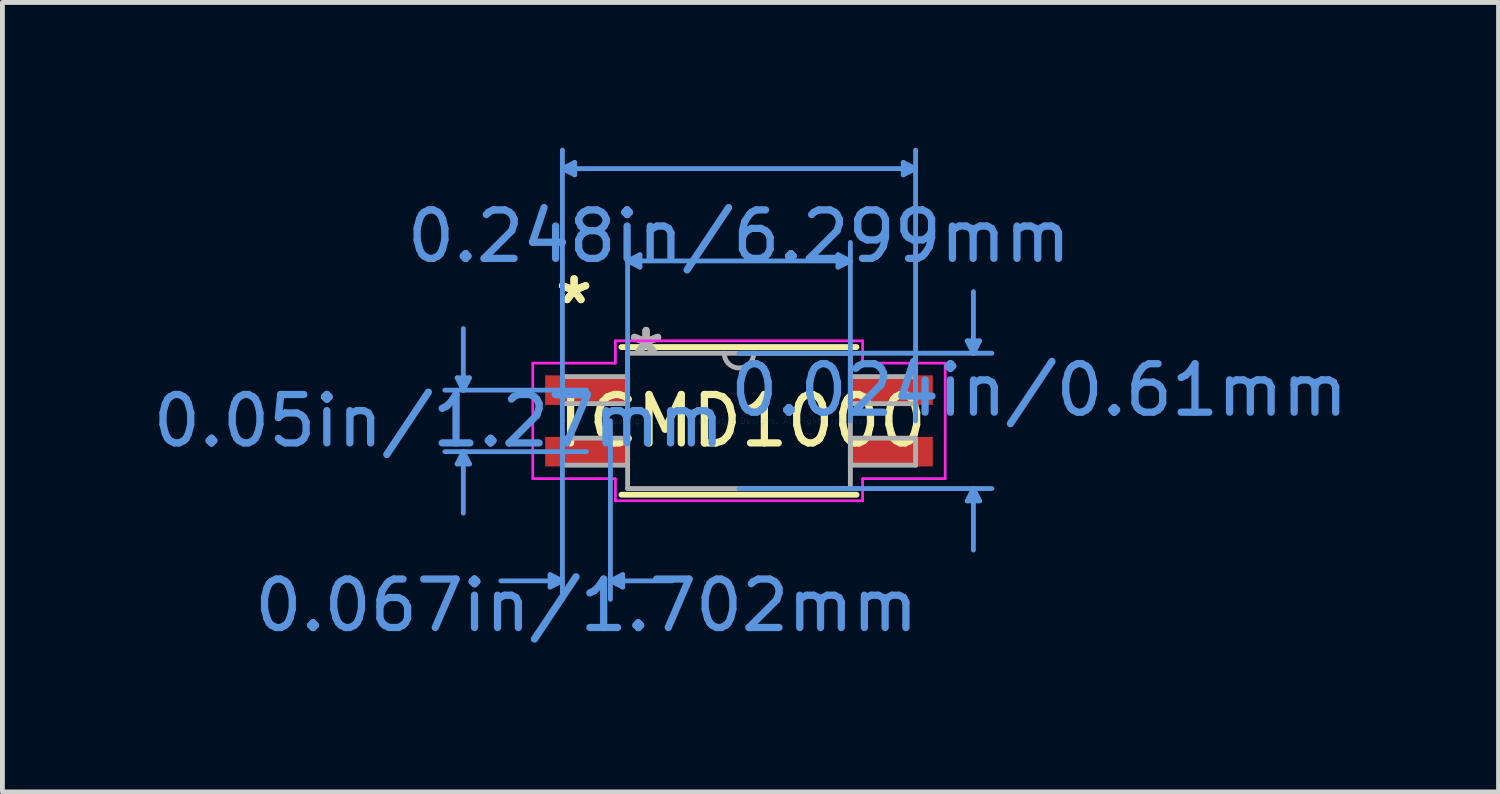
<source format=kicad_pcb>
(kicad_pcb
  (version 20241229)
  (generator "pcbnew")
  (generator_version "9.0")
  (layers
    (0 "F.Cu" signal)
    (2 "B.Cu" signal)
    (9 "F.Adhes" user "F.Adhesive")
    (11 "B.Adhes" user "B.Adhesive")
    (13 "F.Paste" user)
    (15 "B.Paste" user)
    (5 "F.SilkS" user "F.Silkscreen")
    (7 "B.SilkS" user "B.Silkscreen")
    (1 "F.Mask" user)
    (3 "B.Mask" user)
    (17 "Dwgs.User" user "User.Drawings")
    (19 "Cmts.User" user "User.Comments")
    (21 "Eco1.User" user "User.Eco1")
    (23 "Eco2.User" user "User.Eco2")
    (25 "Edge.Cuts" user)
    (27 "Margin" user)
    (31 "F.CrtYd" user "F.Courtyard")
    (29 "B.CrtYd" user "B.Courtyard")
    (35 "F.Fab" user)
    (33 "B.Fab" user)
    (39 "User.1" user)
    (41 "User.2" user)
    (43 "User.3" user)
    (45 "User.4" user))
  (footprint "TCMD1000"
    (layer "F.Cu")
    (at 12.204 5.638)
    (property "Reference" "TCMD1000" (at 0 0 0) (layer "F.SilkS") (effects (font (size 1 1) (thickness 0.15))))
    (attr through_hole)
    (fp_line (start -2.426 1.524) (end 2.426 1.524) (stroke (width 0.12) (type solid)) (layer "F.SilkS"))
    (fp_line (start 2.426 -1.524) (end -2.426 -1.524) (stroke (width 0.12) (type solid)) (layer "F.SilkS"))
    (fp_line (start -5.817 -0.889) (end -5.563 -0.889) (stroke (width 0.1) (type solid)) (layer "Cmts.User"))
    (fp_line (start -5.817 0.889) (end -5.563 0.889) (stroke (width 0.1) (type solid)) (layer "Cmts.User"))
    (fp_line (start -5.69 -0.635) (end -5.817 -0.889) (stroke (width 0.1) (type solid)) (layer "Cmts.User"))
    (fp_line (start -5.69 -0.635) (end -5.69 -1.905) (stroke (width 0.1) (type solid)) (layer "Cmts.User"))
    (fp_line (start -5.69 -0.635) (end -5.563 -0.889) (stroke (width 0.1) (type solid)) (layer "Cmts.User"))
    (fp_line (start -5.69 0.635) (end -5.817 0.889) (stroke (width 0.1) (type solid)) (layer "Cmts.User"))
    (fp_line (start -5.69 0.635) (end -5.69 1.905) (stroke (width 0.1) (type solid)) (layer "Cmts.User"))
    (fp_line (start -5.69 0.635) (end -5.563 0.889) (stroke (width 0.1) (type solid)) (layer "Cmts.User"))
    (fp_line (start -3.899 3.175) (end -3.899 3.429) (stroke (width 0.1) (type solid)) (layer "Cmts.User"))
    (fp_line (start -3.645 -5.207) (end -3.391 -5.334) (stroke (width 0.1) (type solid)) (layer "Cmts.User"))
    (fp_line (start -3.645 -5.207) (end -3.391 -5.08) (stroke (width 0.1) (type solid)) (layer "Cmts.User"))
    (fp_line (start -3.645 -5.207) (end 3.645 -5.207) (stroke (width 0.1) (type solid)) (layer "Cmts.User"))
    (fp_line (start -3.645 0) (end -3.645 -5.588) (stroke (width 0.1) (type solid)) (layer "Cmts.User"))
    (fp_line (start -3.645 0) (end -3.645 3.683) (stroke (width 0.1) (type solid)) (layer "Cmts.User"))
    (fp_line (start -3.645 3.302) (end -4.915 3.302) (stroke (width 0.1) (type solid)) (layer "Cmts.User"))
    (fp_line (start -3.645 3.302) (end -3.899 3.175) (stroke (width 0.1) (type solid)) (layer "Cmts.User"))
    (fp_line (start -3.645 3.302) (end -3.899 3.429) (stroke (width 0.1) (type solid)) (layer "Cmts.User"))
    (fp_line (start -3.391 -5.334) (end -3.391 -5.08) (stroke (width 0.1) (type solid)) (layer "Cmts.User"))
    (fp_line (start -3.15 -0.635) (end -6.071 -0.635) (stroke (width 0.1) (type solid)) (layer "Cmts.User"))
    (fp_line (start -3.15 0.635) (end -6.071 0.635) (stroke (width 0.1) (type solid)) (layer "Cmts.User"))
    (fp_line (start -2.654 0) (end -2.654 3.683) (stroke (width 0.1) (type solid)) (layer "Cmts.User"))
    (fp_line (start -2.654 3.302) (end -2.4 3.175) (stroke (width 0.1) (type solid)) (layer "Cmts.User"))
    (fp_line (start -2.654 3.302) (end -2.4 3.429) (stroke (width 0.1) (type solid)) (layer "Cmts.User"))
    (fp_line (start -2.654 3.302) (end -1.384 3.302) (stroke (width 0.1) (type solid)) (layer "Cmts.User"))
    (fp_line (start -2.4 3.175) (end -2.4 3.429) (stroke (width 0.1) (type solid)) (layer "Cmts.User"))
    (fp_line (start -2.299 -3.302) (end -2.045 -3.429) (stroke (width 0.1) (type solid)) (layer "Cmts.User"))
    (fp_line (start -2.299 -3.302) (end -2.045 -3.175) (stroke (width 0.1) (type solid)) (layer "Cmts.User"))
    (fp_line (start -2.299 -3.302) (end 2.299 -3.302) (stroke (width 0.1) (type solid)) (layer "Cmts.User"))
    (fp_line (start -2.299 0) (end -2.299 -3.683) (stroke (width 0.1) (type solid)) (layer "Cmts.User"))
    (fp_line (start -2.045 -3.429) (end -2.045 -3.175) (stroke (width 0.1) (type solid)) (layer "Cmts.User"))
    (fp_line (start 0 -1.397) (end 5.22 -1.397) (stroke (width 0.1) (type solid)) (layer "Cmts.User"))
    (fp_line (start 0 1.397) (end 5.22 1.397) (stroke (width 0.1) (type solid)) (layer "Cmts.User"))
    (fp_line (start 2.045 -3.429) (end 2.045 -3.175) (stroke (width 0.1) (type solid)) (layer "Cmts.User"))
    (fp_line (start 2.299 -3.302) (end 2.045 -3.429) (stroke (width 0.1) (type solid)) (layer "Cmts.User"))
    (fp_line (start 2.299 -3.302) (end 2.045 -3.175) (stroke (width 0.1) (type solid)) (layer "Cmts.User"))
    (fp_line (start 2.299 0) (end 2.299 -3.683) (stroke (width 0.1) (type solid)) (layer "Cmts.User"))
    (fp_line (start 3.391 -5.334) (end 3.391 -5.08) (stroke (width 0.1) (type solid)) (layer "Cmts.User"))
    (fp_line (start 3.645 -5.207) (end 3.391 -5.334) (stroke (width 0.1) (type solid)) (layer "Cmts.User"))
    (fp_line (start 3.645 -5.207) (end 3.391 -5.08) (stroke (width 0.1) (type solid)) (layer "Cmts.User"))
    (fp_line (start 3.645 0) (end 3.645 -5.588) (stroke (width 0.1) (type solid)) (layer "Cmts.User"))
    (fp_line (start 4.712 -1.651) (end 4.966 -1.651) (stroke (width 0.1) (type solid)) (layer "Cmts.User"))
    (fp_line (start 4.712 1.651) (end 4.966 1.651) (stroke (width 0.1) (type solid)) (layer "Cmts.User"))
    (fp_line (start 4.839 -1.397) (end 4.712 -1.651) (stroke (width 0.1) (type solid)) (layer "Cmts.User"))
    (fp_line (start 4.839 -1.397) (end 4.839 -2.667) (stroke (width 0.1) (type solid)) (layer "Cmts.User"))
    (fp_line (start 4.839 -1.397) (end 4.966 -1.651) (stroke (width 0.1) (type solid)) (layer "Cmts.User"))
    (fp_line (start 4.839 1.397) (end 4.712 1.651) (stroke (width 0.1) (type solid)) (layer "Cmts.User"))
    (fp_line (start 4.839 1.397) (end 4.839 2.667) (stroke (width 0.1) (type solid)) (layer "Cmts.User"))
    (fp_line (start 4.839 1.397) (end 4.966 1.651) (stroke (width 0.1) (type solid)) (layer "Cmts.User"))
    (fp_line (start -4.255 -1.194) (end -2.553 -1.194) (stroke (width 0.05) (type solid)) (layer "F.CrtYd"))
    (fp_line (start -4.255 -1.194) (end -2.553 -1.194) (stroke (width 0.05) (type solid)) (layer "F.CrtYd"))
    (fp_line (start -4.255 1.194) (end -4.255 -1.194) (stroke (width 0.05) (type solid)) (layer "F.CrtYd"))
    (fp_line (start -4.255 1.194) (end -4.255 -1.194) (stroke (width 0.05) (type solid)) (layer "F.CrtYd"))
    (fp_line (start -4.255 1.194) (end -2.553 1.194) (stroke (width 0.05) (type solid)) (layer "F.CrtYd"))
    (fp_line (start -2.553 -1.651) (end 2.553 -1.651) (stroke (width 0.05) (type solid)) (layer "F.CrtYd"))
    (fp_line (start -2.553 -1.651) (end 2.553 -1.651) (stroke (width 0.05) (type solid)) (layer "F.CrtYd"))
    (fp_line (start -2.553 -1.194) (end -2.553 -1.651) (stroke (width 0.05) (type solid)) (layer "F.CrtYd"))
    (fp_line (start -2.553 -1.194) (end -2.553 -1.651) (stroke (width 0.05) (type solid)) (layer "F.CrtYd"))
    (fp_line (start -2.553 1.194) (end -4.255 1.194) (stroke (width 0.05) (type solid)) (layer "F.CrtYd"))
    (fp_line (start -2.553 1.651) (end -2.553 1.194) (stroke (width 0.05) (type solid)) (layer "F.CrtYd"))
    (fp_line (start -2.553 1.651) (end -2.553 1.194) (stroke (width 0.05) (type solid)) (layer "F.CrtYd"))
    (fp_line (start 2.553 -1.651) (end 2.553 -1.194) (stroke (width 0.05) (type solid)) (layer "F.CrtYd"))
    (fp_line (start 2.553 -1.651) (end 2.553 -1.194) (stroke (width 0.05) (type solid)) (layer "F.CrtYd"))
    (fp_line (start 2.553 -1.194) (end 4.255 -1.194) (stroke (width 0.05) (type solid)) (layer "F.CrtYd"))
    (fp_line (start 2.553 1.194) (end 2.553 1.651) (stroke (width 0.05) (type solid)) (layer "F.CrtYd"))
    (fp_line (start 2.553 1.194) (end 2.553 1.651) (stroke (width 0.05) (type solid)) (layer "F.CrtYd"))
    (fp_line (start 2.553 1.651) (end -2.553 1.651) (stroke (width 0.05) (type solid)) (layer "F.CrtYd"))
    (fp_line (start 2.553 1.651) (end -2.553 1.651) (stroke (width 0.05) (type solid)) (layer "F.CrtYd"))
    (fp_line (start 4.255 -1.194) (end 2.553 -1.194) (stroke (width 0.05) (type solid)) (layer "F.CrtYd"))
    (fp_line (start 4.255 -1.194) (end 4.255 1.194) (stroke (width 0.05) (type solid)) (layer "F.CrtYd"))
    (fp_line (start 4.255 -1.194) (end 4.255 1.194) (stroke (width 0.05) (type solid)) (layer "F.CrtYd"))
    (fp_line (start 4.255 1.194) (end 2.553 1.194) (stroke (width 0.05) (type solid)) (layer "F.CrtYd"))
    (fp_line (start 4.255 1.194) (end 2.553 1.194) (stroke (width 0.05) (type solid)) (layer "F.CrtYd"))
    (fp_line (start -3.645 -0.914) (end -3.645 -0.356) (stroke (width 0.1) (type solid)) (layer "F.Fab"))
    (fp_line (start -3.645 -0.356) (end -2.299 -0.356) (stroke (width 0.1) (type solid)) (layer "F.Fab"))
    (fp_line (start -3.645 0.356) (end -3.645 0.914) (stroke (width 0.1) (type solid)) (layer "F.Fab"))
    (fp_line (start -3.645 0.914) (end -2.299 0.914) (stroke (width 0.1) (type solid)) (layer "F.Fab"))
    (fp_line (start -2.299 -1.397) (end -2.299 1.397) (stroke (width 0.1) (type solid)) (layer "F.Fab"))
    (fp_line (start -2.299 -0.914) (end -3.645 -0.914) (stroke (width 0.1) (type solid)) (layer "F.Fab"))
    (fp_line (start -2.299 -0.356) (end -2.299 -0.914) (stroke (width 0.1) (type solid)) (layer "F.Fab"))
    (fp_line (start -2.299 0.356) (end -3.645 0.356) (stroke (width 0.1) (type solid)) (layer "F.Fab"))
    (fp_line (start -2.299 0.914) (end -2.299 0.356) (stroke (width 0.1) (type solid)) (layer "F.Fab"))
    (fp_line (start -2.299 1.397) (end 2.299 1.397) (stroke (width 0.1) (type solid)) (layer "F.Fab"))
    (fp_line (start 2.299 -1.397) (end -2.299 -1.397) (stroke (width 0.1) (type solid)) (layer "F.Fab"))
    (fp_line (start 2.299 -0.914) (end 2.299 -0.356) (stroke (width 0.1) (type solid)) (layer "F.Fab"))
    (fp_line (start 2.299 -0.356) (end 3.645 -0.356) (stroke (width 0.1) (type solid)) (layer "F.Fab"))
    (fp_line (start 2.299 0.356) (end 2.299 0.914) (stroke (width 0.1) (type solid)) (layer "F.Fab"))
    (fp_line (start 2.299 0.914) (end 3.645 0.914) (stroke (width 0.1) (type solid)) (layer "F.Fab"))
    (fp_line (start 2.299 1.397) (end 2.299 -1.397) (stroke (width 0.1) (type solid)) (layer "F.Fab"))
    (fp_line (start 3.645 -0.914) (end 2.299 -0.914) (stroke (width 0.1) (type solid)) (layer "F.Fab"))
    (fp_line (start 3.645 -0.356) (end 3.645 -0.914) (stroke (width 0.1) (type solid)) (layer "F.Fab"))
    (fp_line (start 3.645 0.356) (end 2.299 0.356) (stroke (width 0.1) (type solid)) (layer "F.Fab"))
    (fp_line (start 3.645 0.914) (end 3.645 0.356) (stroke (width 0.1) (type solid)) (layer "F.Fab"))
    (fp_arc (start 0.3048 -1.397) (mid 0 -1.0922) (end -0.3048 -1.397) (stroke (width 0.1) (type solid)) (layer "F.Fab"))
    (fp_text user "*" (at -3.404 -2.388 0) (layer "F.SilkS") (effects (font (size 1 1) (thickness 0.15))))
    (fp_text user "*" (at -3.404 -2.388 0) (layer "F.SilkS") (effects (font (size 1 1) (thickness 0.15))))
    (fp_text user "0.05in/1.27mm" (at -6.198 0 0) (layer "Cmts.User") (effects (font (size 1 1) (thickness 0.15))))
    (fp_text user "0.024in/0.61mm" (at 6.198 -0.635 0) (layer "Cmts.User") (effects (font (size 1 1) (thickness 0.15))))
    (fp_text user "0.067in/1.702mm" (at -3.15 3.81 0) (layer "Cmts.User") (effects (font (size 1 1) (thickness 0.15))))
    (fp_text user "Copyright 2021 Accelerated Designs. All rights reserved." (at 0 0 0) (layer "Cmts.User") (effects (font (size 0.127 0.127) (thickness 0.002))))
    (fp_text user "0.248in/6.299mm" (at 0 -3.81 0) (layer "Cmts.User") (effects (font (size 1 1) (thickness 0.15))))
    (fp_text user "*" (at -1.918 -1.321 0) (layer "F.Fab") (effects (font (size 1 1) (thickness 0.15))))
    (fp_text user "*" (at -1.918 -1.321 0) (layer "F.Fab") (effects (font (size 1 1) (thickness 0.15))))
    (pad "1" smd rect (at -3.15 -0.635) (size 1.702 0.61) (layers "F.Cu" "F.Mask" "F.Paste"))
    (pad "2" smd rect (at -3.15 0.635) (size 1.702 0.61) (layers "F.Cu" "F.Mask" "F.Paste"))
    (pad "3" smd rect (at 3.15 0.635) (size 1.702 0.61) (layers "F.Cu" "F.Mask" "F.Paste"))
    (pad "4" smd rect (at 3.15 -0.635) (size 1.702 0.61) (layers "F.Cu" "F.Mask" "F.Paste")))
  (gr_rect
    (start -3 -3)
    (end 27.883 13.296)
    (stroke (width 0.1) (type default))
    (fill no)
    (layer "Edge.Cuts")))
</source>
